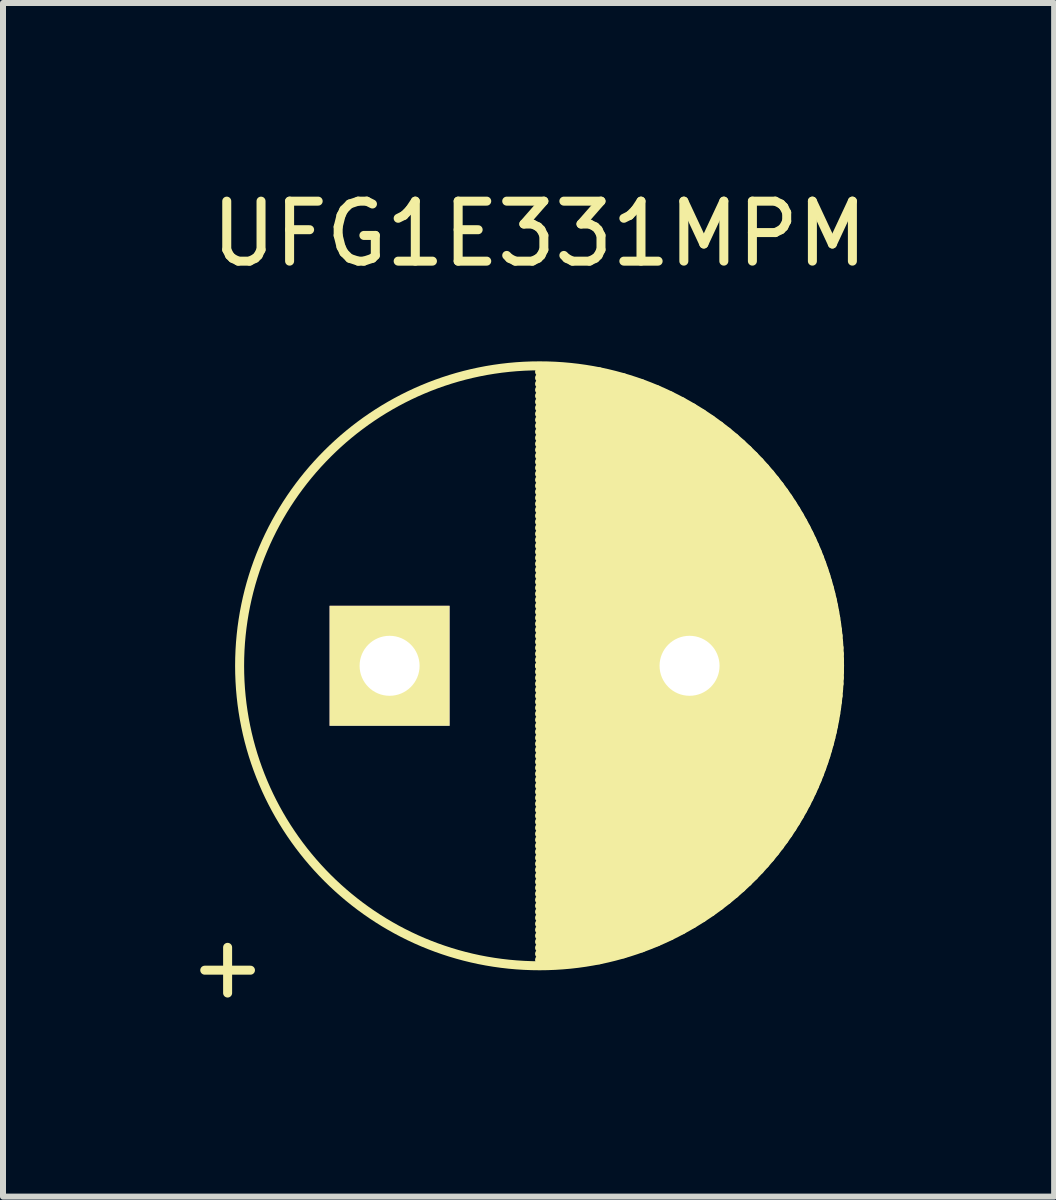
<source format=kicad_pcb>
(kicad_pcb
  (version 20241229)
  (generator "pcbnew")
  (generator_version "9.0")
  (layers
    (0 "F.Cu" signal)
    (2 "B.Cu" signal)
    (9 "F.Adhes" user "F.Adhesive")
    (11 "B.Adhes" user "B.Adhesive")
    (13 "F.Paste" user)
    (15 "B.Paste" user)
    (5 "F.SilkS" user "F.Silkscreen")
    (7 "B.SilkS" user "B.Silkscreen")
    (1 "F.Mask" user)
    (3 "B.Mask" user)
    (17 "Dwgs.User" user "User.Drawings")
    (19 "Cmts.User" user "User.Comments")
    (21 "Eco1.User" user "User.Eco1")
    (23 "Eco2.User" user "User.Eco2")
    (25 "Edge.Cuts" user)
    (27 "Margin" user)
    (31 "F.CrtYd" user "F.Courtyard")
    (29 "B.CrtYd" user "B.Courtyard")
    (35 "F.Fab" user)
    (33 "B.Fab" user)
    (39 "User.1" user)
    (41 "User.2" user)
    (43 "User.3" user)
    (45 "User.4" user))
  (footprint "UFG1E331MPM"
    (layer "F.Cu")
    (at 3.444 8.048)
    (property "Reference" "UFG1E331MPM" (at 2.5 -7.2 0) (layer "F.SilkS") (effects (font (size 1 1) (thickness 0.15))))
    (attr through_hole)
    (fp_line (start 2.5 -4.9) (end 3.495 -4.9) (stroke (width 0.15) (type solid)) (layer "F.SilkS"))
    (fp_line (start 2.5 -4.8) (end 3.9 -4.8) (stroke (width 0.15) (type solid)) (layer "F.SilkS"))
    (fp_line (start 2.5 -4.7) (end 4.206 -4.7) (stroke (width 0.15) (type solid)) (layer "F.SilkS"))
    (fp_line (start 2.5 -4.6) (end 4.46 -4.6) (stroke (width 0.15) (type solid)) (layer "F.SilkS"))
    (fp_line (start 2.5 -4.5) (end 4.679 -4.5) (stroke (width 0.15) (type solid)) (layer "F.SilkS"))
    (fp_line (start 2.5 -4.4) (end 4.875 -4.4) (stroke (width 0.15) (type solid)) (layer "F.SilkS"))
    (fp_line (start 2.5 -4.3) (end 5.051 -4.3) (stroke (width 0.15) (type solid)) (layer "F.SilkS"))
    (fp_line (start 2.5 -4.2) (end 5.213 -4.2) (stroke (width 0.15) (type solid)) (layer "F.SilkS"))
    (fp_line (start 2.5 -4.1) (end 5.362 -4.1) (stroke (width 0.15) (type solid)) (layer "F.SilkS"))
    (fp_line (start 2.5 -4) (end 5.5 -4) (stroke (width 0.15) (type solid)) (layer "F.SilkS"))
    (fp_line (start 2.5 -3.9) (end 5.629 -3.9) (stroke (width 0.15) (type solid)) (layer "F.SilkS"))
    (fp_line (start 2.5 -3.8) (end 5.75 -3.8) (stroke (width 0.15) (type solid)) (layer "F.SilkS"))
    (fp_line (start 2.5 -3.7) (end 5.863 -3.7) (stroke (width 0.15) (type solid)) (layer "F.SilkS"))
    (fp_line (start 2.5 -3.6) (end 5.97 -3.6) (stroke (width 0.15) (type solid)) (layer "F.SilkS"))
    (fp_line (start 2.5 -3.5) (end 6.071 -3.5) (stroke (width 0.15) (type solid)) (layer "F.SilkS"))
    (fp_line (start 2.5 -3.4) (end 6.166 -3.4) (stroke (width 0.15) (type solid)) (layer "F.SilkS"))
    (fp_line (start 2.5 -3.3) (end 6.256 -3.3) (stroke (width 0.15) (type solid)) (layer "F.SilkS"))
    (fp_line (start 2.5 -3.2) (end 6.342 -3.2) (stroke (width 0.15) (type solid)) (layer "F.SilkS"))
    (fp_line (start 2.5 -3.1) (end 6.423 -3.1) (stroke (width 0.15) (type solid)) (layer "F.SilkS"))
    (fp_line (start 2.5 -3) (end 6.5 -3) (stroke (width 0.15) (type solid)) (layer "F.SilkS"))
    (fp_line (start 2.5 -2.9) (end 6.573 -2.9) (stroke (width 0.15) (type solid)) (layer "F.SilkS"))
    (fp_line (start 2.5 -2.8) (end 6.642 -2.8) (stroke (width 0.15) (type solid)) (layer "F.SilkS"))
    (fp_line (start 2.5 -2.7) (end 6.708 -2.7) (stroke (width 0.15) (type solid)) (layer "F.SilkS"))
    (fp_line (start 2.5 -2.6) (end 6.771 -2.6) (stroke (width 0.15) (type solid)) (layer "F.SilkS"))
    (fp_line (start 2.5 -2.5) (end 6.83 -2.5) (stroke (width 0.15) (type solid)) (layer "F.SilkS"))
    (fp_line (start 2.5 -2.4) (end 6.886 -2.4) (stroke (width 0.15) (type solid)) (layer "F.SilkS"))
    (fp_line (start 2.5 -2.3) (end 6.94 -2.3) (stroke (width 0.15) (type solid)) (layer "F.SilkS"))
    (fp_line (start 2.5 -2.2) (end 6.99 -2.2) (stroke (width 0.15) (type solid)) (layer "F.SilkS"))
    (fp_line (start 2.5 -2.1) (end 7.038 -2.1) (stroke (width 0.15) (type solid)) (layer "F.SilkS"))
    (fp_line (start 2.5 -2) (end 7.083 -2) (stroke (width 0.15) (type solid)) (layer "F.SilkS"))
    (fp_line (start 2.5 -1.9) (end 7.125 -1.9) (stroke (width 0.15) (type solid)) (layer "F.SilkS"))
    (fp_line (start 2.5 -1.8) (end 7.165 -1.8) (stroke (width 0.15) (type solid)) (layer "F.SilkS"))
    (fp_line (start 2.5 -1.7) (end 7.202 -1.7) (stroke (width 0.15) (type solid)) (layer "F.SilkS"))
    (fp_line (start 2.5 -1.6) (end 7.237 -1.6) (stroke (width 0.15) (type solid)) (layer "F.SilkS"))
    (fp_line (start 2.5 -1.5) (end 7.27 -1.5) (stroke (width 0.15) (type solid)) (layer "F.SilkS"))
    (fp_line (start 2.5 -1.4) (end 7.3 -1.4) (stroke (width 0.15) (type solid)) (layer "F.SilkS"))
    (fp_line (start 2.5 -1.3) (end 7.328 -1.3) (stroke (width 0.15) (type solid)) (layer "F.SilkS"))
    (fp_line (start 2.5 -1.2) (end 7.354 -1.2) (stroke (width 0.15) (type solid)) (layer "F.SilkS"))
    (fp_line (start 2.5 -1.1) (end 7.377 -1.1) (stroke (width 0.15) (type solid)) (layer "F.SilkS"))
    (fp_line (start 2.5 -1) (end 7.399 -1) (stroke (width 0.15) (type solid)) (layer "F.SilkS"))
    (fp_line (start 2.5 -0.9) (end 7.418 -0.9) (stroke (width 0.15) (type solid)) (layer "F.SilkS"))
    (fp_line (start 2.5 -0.8) (end 7.436 -0.8) (stroke (width 0.15) (type solid)) (layer "F.SilkS"))
    (fp_line (start 2.5 -0.7) (end 7.451 -0.7) (stroke (width 0.15) (type solid)) (layer "F.SilkS"))
    (fp_line (start 2.5 -0.6) (end 7.464 -0.6) (stroke (width 0.15) (type solid)) (layer "F.SilkS"))
    (fp_line (start 2.5 -0.5) (end 7.475 -0.5) (stroke (width 0.15) (type solid)) (layer "F.SilkS"))
    (fp_line (start 2.5 -0.4) (end 7.484 -0.4) (stroke (width 0.15) (type solid)) (layer "F.SilkS"))
    (fp_line (start 2.5 -0.3) (end 7.491 -0.3) (stroke (width 0.15) (type solid)) (layer "F.SilkS"))
    (fp_line (start 2.5 -0.2) (end 7.496 -0.2) (stroke (width 0.15) (type solid)) (layer "F.SilkS"))
    (fp_line (start 2.5 -0.1) (end 7.499 -0.1) (stroke (width 0.15) (type solid)) (layer "F.SilkS"))
    (fp_line (start 2.5 0) (end 7.5 0) (stroke (width 0.15) (type solid)) (layer "F.SilkS"))
    (fp_line (start 2.5 0) (end 7.5 0) (stroke (width 0.15) (type solid)) (layer "F.SilkS"))
    (fp_line (start 2.5 0.1) (end 7.499 0.1) (stroke (width 0.15) (type solid)) (layer "F.SilkS"))
    (fp_line (start 2.5 0.2) (end 7.496 0.2) (stroke (width 0.15) (type solid)) (layer "F.SilkS"))
    (fp_line (start 2.5 0.3) (end 7.491 0.3) (stroke (width 0.15) (type solid)) (layer "F.SilkS"))
    (fp_line (start 2.5 0.4) (end 7.484 0.4) (stroke (width 0.15) (type solid)) (layer "F.SilkS"))
    (fp_line (start 2.5 0.5) (end 7.475 0.5) (stroke (width 0.15) (type solid)) (layer "F.SilkS"))
    (fp_line (start 2.5 0.6) (end 7.464 0.6) (stroke (width 0.15) (type solid)) (layer "F.SilkS"))
    (fp_line (start 2.5 0.7) (end 7.451 0.7) (stroke (width 0.15) (type solid)) (layer "F.SilkS"))
    (fp_line (start 2.5 0.8) (end 7.436 0.8) (stroke (width 0.15) (type solid)) (layer "F.SilkS"))
    (fp_line (start 2.5 0.9) (end 7.418 0.9) (stroke (width 0.15) (type solid)) (layer "F.SilkS"))
    (fp_line (start 2.5 1) (end 7.399 1) (stroke (width 0.15) (type solid)) (layer "F.SilkS"))
    (fp_line (start 2.5 1.1) (end 7.377 1.1) (stroke (width 0.15) (type solid)) (layer "F.SilkS"))
    (fp_line (start 2.5 1.2) (end 7.354 1.2) (stroke (width 0.15) (type solid)) (layer "F.SilkS"))
    (fp_line (start 2.5 1.3) (end 7.328 1.3) (stroke (width 0.15) (type solid)) (layer "F.SilkS"))
    (fp_line (start 2.5 1.4) (end 7.3 1.4) (stroke (width 0.15) (type solid)) (layer "F.SilkS"))
    (fp_line (start 2.5 1.5) (end 7.27 1.5) (stroke (width 0.15) (type solid)) (layer "F.SilkS"))
    (fp_line (start 2.5 1.6) (end 7.237 1.6) (stroke (width 0.15) (type solid)) (layer "F.SilkS"))
    (fp_line (start 2.5 1.7) (end 7.202 1.7) (stroke (width 0.15) (type solid)) (layer "F.SilkS"))
    (fp_line (start 2.5 1.8) (end 7.165 1.8) (stroke (width 0.15) (type solid)) (layer "F.SilkS"))
    (fp_line (start 2.5 1.9) (end 7.125 1.9) (stroke (width 0.15) (type solid)) (layer "F.SilkS"))
    (fp_line (start 2.5 2) (end 7.083 2) (stroke (width 0.15) (type solid)) (layer "F.SilkS"))
    (fp_line (start 2.5 2.1) (end 7.038 2.1) (stroke (width 0.15) (type solid)) (layer "F.SilkS"))
    (fp_line (start 2.5 2.2) (end 6.99 2.2) (stroke (width 0.15) (type solid)) (layer "F.SilkS"))
    (fp_line (start 2.5 2.3) (end 6.94 2.3) (stroke (width 0.15) (type solid)) (layer "F.SilkS"))
    (fp_line (start 2.5 2.4) (end 6.886 2.4) (stroke (width 0.15) (type solid)) (layer "F.SilkS"))
    (fp_line (start 2.5 2.5) (end 6.83 2.5) (stroke (width 0.15) (type solid)) (layer "F.SilkS"))
    (fp_line (start 2.5 2.6) (end 6.771 2.6) (stroke (width 0.15) (type solid)) (layer "F.SilkS"))
    (fp_line (start 2.5 2.7) (end 6.708 2.7) (stroke (width 0.15) (type solid)) (layer "F.SilkS"))
    (fp_line (start 2.5 2.8) (end 6.642 2.8) (stroke (width 0.15) (type solid)) (layer "F.SilkS"))
    (fp_line (start 2.5 2.9) (end 6.573 2.9) (stroke (width 0.15) (type solid)) (layer "F.SilkS"))
    (fp_line (start 2.5 3) (end 6.5 3) (stroke (width 0.15) (type solid)) (layer "F.SilkS"))
    (fp_line (start 2.5 3.1) (end 6.423 3.1) (stroke (width 0.15) (type solid)) (layer "F.SilkS"))
    (fp_line (start 2.5 3.2) (end 6.342 3.2) (stroke (width 0.15) (type solid)) (layer "F.SilkS"))
    (fp_line (start 2.5 3.3) (end 6.256 3.3) (stroke (width 0.15) (type solid)) (layer "F.SilkS"))
    (fp_line (start 2.5 3.4) (end 6.166 3.4) (stroke (width 0.15) (type solid)) (layer "F.SilkS"))
    (fp_line (start 2.5 3.5) (end 6.071 3.5) (stroke (width 0.15) (type solid)) (layer "F.SilkS"))
    (fp_line (start 2.5 3.6) (end 5.97 3.6) (stroke (width 0.15) (type solid)) (layer "F.SilkS"))
    (fp_line (start 2.5 3.7) (end 5.863 3.7) (stroke (width 0.15) (type solid)) (layer "F.SilkS"))
    (fp_line (start 2.5 3.8) (end 5.75 3.8) (stroke (width 0.15) (type solid)) (layer "F.SilkS"))
    (fp_line (start 2.5 3.9) (end 5.629 3.9) (stroke (width 0.15) (type solid)) (layer "F.SilkS"))
    (fp_line (start 2.5 4) (end 5.5 4) (stroke (width 0.15) (type solid)) (layer "F.SilkS"))
    (fp_line (start 2.5 4.1) (end 5.362 4.1) (stroke (width 0.15) (type solid)) (layer "F.SilkS"))
    (fp_line (start 2.5 4.2) (end 5.213 4.2) (stroke (width 0.15) (type solid)) (layer "F.SilkS"))
    (fp_line (start 2.5 4.3) (end 5.051 4.3) (stroke (width 0.15) (type solid)) (layer "F.SilkS"))
    (fp_line (start 2.5 4.4) (end 4.875 4.4) (stroke (width 0.15) (type solid)) (layer "F.SilkS"))
    (fp_line (start 2.5 4.5) (end 4.679 4.5) (stroke (width 0.15) (type solid)) (layer "F.SilkS"))
    (fp_line (start 2.5 4.6) (end 4.46 4.6) (stroke (width 0.15) (type solid)) (layer "F.SilkS"))
    (fp_line (start 2.5 4.7) (end 4.206 4.7) (stroke (width 0.15) (type solid)) (layer "F.SilkS"))
    (fp_line (start 2.5 4.8) (end 3.9 4.8) (stroke (width 0.15) (type solid)) (layer "F.SilkS"))
    (fp_line (start 2.5 4.9) (end 3.495 4.9) (stroke (width 0.15) (type solid)) (layer "F.SilkS"))
    (fp_circle (center 2.5 0) (end 2.5 -5) (stroke (width 0.15) (type solid)) (fill no) (layer "F.SilkS"))
    (fp_text user "+" (at -2.7 5 0) (layer "F.SilkS") (effects (font (size 1 1) (thickness 0.15))))
    (pad "1" thru_hole rect (at 0 0) (size 2 2) (drill 1) (layers "*.Cu" "*.Mask" "F.SilkS"))
    (pad "2" thru_hole circle (at 5 0) (size 2 2) (drill 1) (layers "*.Cu" "*.Mask" "F.SilkS")))
  (gr_rect
    (start -3 -3)
    (end 14.521 16.896)
    (stroke (width 0.1) (type default))
    (fill no)
    (layer "Edge.Cuts")))
</source>
